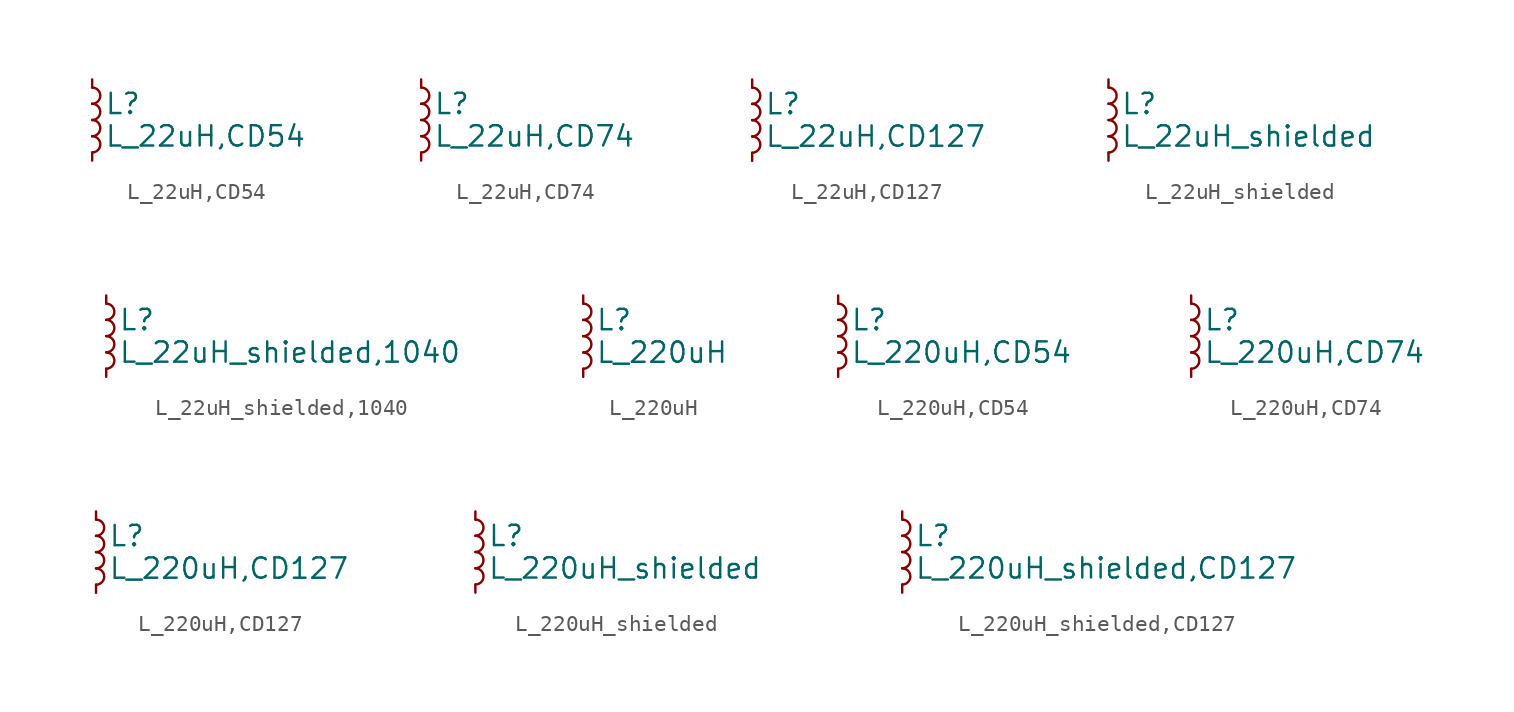
<source format=kicad_sym>
(kicad_symbol_lib
  (version 20211014)
  (generator kicad_symbol_editor)
  (symbol "L_22uH,CD54"
    (pin_numbers hide)
    (pin_names
      (offset 0.254) hide)
    (property "Reference" "L"
      (at 0.762 1.016 0)
      (effects (font (size 1.27 1.27)) (justify left)))
    (property "Value" "L_22uH,CD54"
      (at 0.762 -1.016 0)
      (effects (font (size 1.27 1.27)) (justify left)))
    (symbol "L_22uH,CD54_0_1"
      (arc (start 0 -2.032) (mid 0.508 -1.524) (end 0 -1.016) (stroke (width 0) (type default) (color 0 0 0 0)) (fill (type none)))
      (arc (start 0 -1.016) (mid 0.508 -0.508) (end 0 0) (stroke (width 0) (type default) (color 0 0 0 0)) (fill (type none)))
      (arc (start 0 0) (mid 0.508 0.508) (end 0 1.016) (stroke (width 0) (type default) (color 0 0 0 0)) (fill (type none)))
      (arc (start 0 1.016) (mid 0.508 1.524) (end 0 2.032) (stroke (width 0) (type default) (color 0 0 0 0)) (fill (type none))))
    (symbol "L_22uH,CD54_1_1"
      (pin passive line (at 0 2.54 270) (length 0.508) (name "~" (effects (font (size 1.27 1.27)))) (number "1" (effects (font (size 1.27 1.27)))))
      (pin passive line (at 0 -2.54 90) (length 0.508) (name "~" (effects (font (size 1.27 1.27)))) (number "2" (effects (font (size 1.27 1.27)))))))
  (symbol "L_22uH,CD74"
    (pin_numbers hide)
    (pin_names
      (offset 0.254) hide)
    (property "Reference" "L"
      (at 0.762 1.016 0)
      (effects (font (size 1.27 1.27)) (justify left)))
    (property "Value" "L_22uH,CD74"
      (at 0.762 -1.016 0)
      (effects (font (size 1.27 1.27)) (justify left)))
    (symbol "L_22uH,CD74_0_1"
      (arc (start 0 -2.032) (mid 0.508 -1.524) (end 0 -1.016) (stroke (width 0) (type default) (color 0 0 0 0)) (fill (type none)))
      (arc (start 0 -1.016) (mid 0.508 -0.508) (end 0 0) (stroke (width 0) (type default) (color 0 0 0 0)) (fill (type none)))
      (arc (start 0 0) (mid 0.508 0.508) (end 0 1.016) (stroke (width 0) (type default) (color 0 0 0 0)) (fill (type none)))
      (arc (start 0 1.016) (mid 0.508 1.524) (end 0 2.032) (stroke (width 0) (type default) (color 0 0 0 0)) (fill (type none))))
    (symbol "L_22uH,CD74_1_1"
      (pin passive line (at 0 2.54 270) (length 0.508) (name "~" (effects (font (size 1.27 1.27)))) (number "1" (effects (font (size 1.27 1.27)))))
      (pin passive line (at 0 -2.54 90) (length 0.508) (name "~" (effects (font (size 1.27 1.27)))) (number "2" (effects (font (size 1.27 1.27)))))))
  (symbol "L_22uH,CD127"
    (pin_numbers hide)
    (pin_names
      (offset 0.254) hide)
    (property "Reference" "L"
      (at 0.762 1.016 0)
      (effects (font (size 1.27 1.27)) (justify left)))
    (property "Value" "L_22uH,CD127"
      (at 0.762 -1.016 0)
      (effects (font (size 1.27 1.27)) (justify left)))
    (symbol "L_22uH,CD127_0_1"
      (arc (start 0 -2.032) (mid 0.508 -1.524) (end 0 -1.016) (stroke (width 0) (type default) (color 0 0 0 0)) (fill (type none)))
      (arc (start 0 -1.016) (mid 0.508 -0.508) (end 0 0) (stroke (width 0) (type default) (color 0 0 0 0)) (fill (type none)))
      (arc (start 0 0) (mid 0.508 0.508) (end 0 1.016) (stroke (width 0) (type default) (color 0 0 0 0)) (fill (type none)))
      (arc (start 0 1.016) (mid 0.508 1.524) (end 0 2.032) (stroke (width 0) (type default) (color 0 0 0 0)) (fill (type none))))
    (symbol "L_22uH,CD127_1_1"
      (pin passive line (at 0 2.54 270) (length 0.508) (name "~" (effects (font (size 1.27 1.27)))) (number "1" (effects (font (size 1.27 1.27)))))
      (pin passive line (at 0 -2.54 90) (length 0.508) (name "~" (effects (font (size 1.27 1.27)))) (number "2" (effects (font (size 1.27 1.27)))))))
  (symbol "L_22uH_shielded"
    (pin_numbers hide)
    (pin_names
      (offset 0.254) hide)
    (property "Reference" "L"
      (at 0.762 1.016 0)
      (effects (font (size 1.27 1.27)) (justify left)))
    (property "Value" "L_22uH_shielded"
      (at 0.762 -1.016 0)
      (effects (font (size 1.27 1.27)) (justify left)))
    (symbol "L_22uH_shielded_0_1"
      (arc (start 0 -2.032) (mid 0.508 -1.524) (end 0 -1.016) (stroke (width 0) (type default) (color 0 0 0 0)) (fill (type none)))
      (arc (start 0 -1.016) (mid 0.508 -0.508) (end 0 0) (stroke (width 0) (type default) (color 0 0 0 0)) (fill (type none)))
      (arc (start 0 0) (mid 0.508 0.508) (end 0 1.016) (stroke (width 0) (type default) (color 0 0 0 0)) (fill (type none)))
      (arc (start 0 1.016) (mid 0.508 1.524) (end 0 2.032) (stroke (width 0) (type default) (color 0 0 0 0)) (fill (type none))))
    (symbol "L_22uH_shielded_1_1"
      (pin passive line (at 0 2.54 270) (length 0.508) (name "~" (effects (font (size 1.27 1.27)))) (number "1" (effects (font (size 1.27 1.27)))))
      (pin passive line (at 0 -2.54 90) (length 0.508) (name "~" (effects (font (size 1.27 1.27)))) (number "2" (effects (font (size 1.27 1.27)))))))
  (symbol "L_22uH_shielded,1040"
    (pin_numbers hide)
    (pin_names
      (offset 0.254) hide)
    (property "Reference" "L"
      (at 0.762 1.016 0)
      (effects (font (size 1.27 1.27)) (justify left)))
    (property "Value" "L_22uH_shielded,1040"
      (at 0.762 -1.016 0)
      (effects (font (size 1.27 1.27)) (justify left)))
    (symbol "L_22uH_shielded,1040_0_1"
      (arc (start 0 -2.032) (mid 0.508 -1.524) (end 0 -1.016) (stroke (width 0) (type default) (color 0 0 0 0)) (fill (type none)))
      (arc (start 0 -1.016) (mid 0.508 -0.508) (end 0 0) (stroke (width 0) (type default) (color 0 0 0 0)) (fill (type none)))
      (arc (start 0 0) (mid 0.508 0.508) (end 0 1.016) (stroke (width 0) (type default) (color 0 0 0 0)) (fill (type none)))
      (arc (start 0 1.016) (mid 0.508 1.524) (end 0 2.032) (stroke (width 0) (type default) (color 0 0 0 0)) (fill (type none))))
    (symbol "L_22uH_shielded,1040_1_1"
      (pin passive line (at 0 2.54 270) (length 0.508) (name "~" (effects (font (size 1.27 1.27)))) (number "1" (effects (font (size 1.27 1.27)))))
      (pin passive line (at 0 -2.54 90) (length 0.508) (name "~" (effects (font (size 1.27 1.27)))) (number "2" (effects (font (size 1.27 1.27)))))))
  (symbol "L_220uH"
    (pin_numbers hide)
    (pin_names
      (offset 0.254) hide)
    (property "Reference" "L"
      (at 0.762 1.016 0)
      (effects (font (size 1.27 1.27)) (justify left)))
    (property "Value" "L_220uH"
      (at 0.762 -1.016 0)
      (effects (font (size 1.27 1.27)) (justify left)))
    (symbol "L_220uH_0_1"
      (arc (start 0 -2.032) (mid 0.508 -1.524) (end 0 -1.016) (stroke (width 0) (type default) (color 0 0 0 0)) (fill (type none)))
      (arc (start 0 -1.016) (mid 0.508 -0.508) (end 0 0) (stroke (width 0) (type default) (color 0 0 0 0)) (fill (type none)))
      (arc (start 0 0) (mid 0.508 0.508) (end 0 1.016) (stroke (width 0) (type default) (color 0 0 0 0)) (fill (type none)))
      (arc (start 0 1.016) (mid 0.508 1.524) (end 0 2.032) (stroke (width 0) (type default) (color 0 0 0 0)) (fill (type none))))
    (symbol "L_220uH_1_1"
      (pin passive line (at 0 2.54 270) (length 0.508) (name "~" (effects (font (size 1.27 1.27)))) (number "1" (effects (font (size 1.27 1.27)))))
      (pin passive line (at 0 -2.54 90) (length 0.508) (name "~" (effects (font (size 1.27 1.27)))) (number "2" (effects (font (size 1.27 1.27)))))))
  (symbol "L_220uH,CD54"
    (pin_numbers hide)
    (pin_names
      (offset 0.254) hide)
    (property "Reference" "L"
      (at 0.762 1.016 0)
      (effects (font (size 1.27 1.27)) (justify left)))
    (property "Value" "L_220uH,CD54"
      (at 0.762 -1.016 0)
      (effects (font (size 1.27 1.27)) (justify left)))
    (symbol "L_220uH,CD54_0_1"
      (arc (start 0 -2.032) (mid 0.508 -1.524) (end 0 -1.016) (stroke (width 0) (type default) (color 0 0 0 0)) (fill (type none)))
      (arc (start 0 -1.016) (mid 0.508 -0.508) (end 0 0) (stroke (width 0) (type default) (color 0 0 0 0)) (fill (type none)))
      (arc (start 0 0) (mid 0.508 0.508) (end 0 1.016) (stroke (width 0) (type default) (color 0 0 0 0)) (fill (type none)))
      (arc (start 0 1.016) (mid 0.508 1.524) (end 0 2.032) (stroke (width 0) (type default) (color 0 0 0 0)) (fill (type none))))
    (symbol "L_220uH,CD54_1_1"
      (pin passive line (at 0 2.54 270) (length 0.508) (name "~" (effects (font (size 1.27 1.27)))) (number "1" (effects (font (size 1.27 1.27)))))
      (pin passive line (at 0 -2.54 90) (length 0.508) (name "~" (effects (font (size 1.27 1.27)))) (number "2" (effects (font (size 1.27 1.27)))))))
  (symbol "L_220uH,CD74"
    (pin_numbers hide)
    (pin_names
      (offset 0.254) hide)
    (property "Reference" "L"
      (at 0.762 1.016 0)
      (effects (font (size 1.27 1.27)) (justify left)))
    (property "Value" "L_220uH,CD74"
      (at 0.762 -1.016 0)
      (effects (font (size 1.27 1.27)) (justify left)))
    (symbol "L_220uH,CD74_0_1"
      (arc (start 0 -2.032) (mid 0.508 -1.524) (end 0 -1.016) (stroke (width 0) (type default) (color 0 0 0 0)) (fill (type none)))
      (arc (start 0 -1.016) (mid 0.508 -0.508) (end 0 0) (stroke (width 0) (type default) (color 0 0 0 0)) (fill (type none)))
      (arc (start 0 0) (mid 0.508 0.508) (end 0 1.016) (stroke (width 0) (type default) (color 0 0 0 0)) (fill (type none)))
      (arc (start 0 1.016) (mid 0.508 1.524) (end 0 2.032) (stroke (width 0) (type default) (color 0 0 0 0)) (fill (type none))))
    (symbol "L_220uH,CD74_1_1"
      (pin passive line (at 0 2.54 270) (length 0.508) (name "~" (effects (font (size 1.27 1.27)))) (number "1" (effects (font (size 1.27 1.27)))))
      (pin passive line (at 0 -2.54 90) (length 0.508) (name "~" (effects (font (size 1.27 1.27)))) (number "2" (effects (font (size 1.27 1.27)))))))
  (symbol "L_220uH,CD127"
    (pin_numbers hide)
    (pin_names
      (offset 0.254) hide)
    (property "Reference" "L"
      (at 0.762 1.016 0)
      (effects (font (size 1.27 1.27)) (justify left)))
    (property "Value" "L_220uH,CD127"
      (at 0.762 -1.016 0)
      (effects (font (size 1.27 1.27)) (justify left)))
    (symbol "L_220uH,CD127_0_1"
      (arc (start 0 -2.032) (mid 0.508 -1.524) (end 0 -1.016) (stroke (width 0) (type default) (color 0 0 0 0)) (fill (type none)))
      (arc (start 0 -1.016) (mid 0.508 -0.508) (end 0 0) (stroke (width 0) (type default) (color 0 0 0 0)) (fill (type none)))
      (arc (start 0 0) (mid 0.508 0.508) (end 0 1.016) (stroke (width 0) (type default) (color 0 0 0 0)) (fill (type none)))
      (arc (start 0 1.016) (mid 0.508 1.524) (end 0 2.032) (stroke (width 0) (type default) (color 0 0 0 0)) (fill (type none))))
    (symbol "L_220uH,CD127_1_1"
      (pin passive line (at 0 2.54 270) (length 0.508) (name "~" (effects (font (size 1.27 1.27)))) (number "1" (effects (font (size 1.27 1.27)))))
      (pin passive line (at 0 -2.54 90) (length 0.508) (name "~" (effects (font (size 1.27 1.27)))) (number "2" (effects (font (size 1.27 1.27)))))))
  (symbol "L_220uH_shielded"
    (pin_numbers hide)
    (pin_names
      (offset 0.254) hide)
    (property "Reference" "L"
      (at 0.762 1.016 0)
      (effects (font (size 1.27 1.27)) (justify left)))
    (property "Value" "L_220uH_shielded"
      (at 0.762 -1.016 0)
      (effects (font (size 1.27 1.27)) (justify left)))
    (symbol "L_220uH_shielded_0_1"
      (arc (start 0 -2.032) (mid 0.508 -1.524) (end 0 -1.016) (stroke (width 0) (type default) (color 0 0 0 0)) (fill (type none)))
      (arc (start 0 -1.016) (mid 0.508 -0.508) (end 0 0) (stroke (width 0) (type default) (color 0 0 0 0)) (fill (type none)))
      (arc (start 0 0) (mid 0.508 0.508) (end 0 1.016) (stroke (width 0) (type default) (color 0 0 0 0)) (fill (type none)))
      (arc (start 0 1.016) (mid 0.508 1.524) (end 0 2.032) (stroke (width 0) (type default) (color 0 0 0 0)) (fill (type none))))
    (symbol "L_220uH_shielded_1_1"
      (pin passive line (at 0 2.54 270) (length 0.508) (name "~" (effects (font (size 1.27 1.27)))) (number "1" (effects (font (size 1.27 1.27)))))
      (pin passive line (at 0 -2.54 90) (length 0.508) (name "~" (effects (font (size 1.27 1.27)))) (number "2" (effects (font (size 1.27 1.27)))))))
  (symbol "L_220uH_shielded,CD127"
    (pin_numbers hide)
    (pin_names
      (offset 0.254) hide)
    (property "Reference" "L"
      (at 0.762 1.016 0)
      (effects (font (size 1.27 1.27)) (justify left)))
    (property "Value" "L_220uH_shielded,CD127"
      (at 0.762 -1.016 0)
      (effects (font (size 1.27 1.27)) (justify left)))
    (symbol "L_220uH_shielded,CD127_0_1"
      (arc (start 0 -2.032) (mid 0.508 -1.524) (end 0 -1.016) (stroke (width 0) (type default) (color 0 0 0 0)) (fill (type none)))
      (arc (start 0 -1.016) (mid 0.508 -0.508) (end 0 0) (stroke (width 0) (type default) (color 0 0 0 0)) (fill (type none)))
      (arc (start 0 0) (mid 0.508 0.508) (end 0 1.016) (stroke (width 0) (type default) (color 0 0 0 0)) (fill (type none)))
      (arc (start 0 1.016) (mid 0.508 1.524) (end 0 2.032) (stroke (width 0) (type default) (color 0 0 0 0)) (fill (type none))))
    (symbol "L_220uH_shielded,CD127_1_1"
      (pin passive line (at 0 2.54 270) (length 0.508) (name "~" (effects (font (size 1.27 1.27)))) (number "1" (effects (font (size 1.27 1.27)))))
      (pin passive line (at 0 -2.54 90) (length 0.508) (name "~" (effects (font (size 1.27 1.27)))) (number "2" (effects (font (size 1.27 1.27))))))))
</source>
